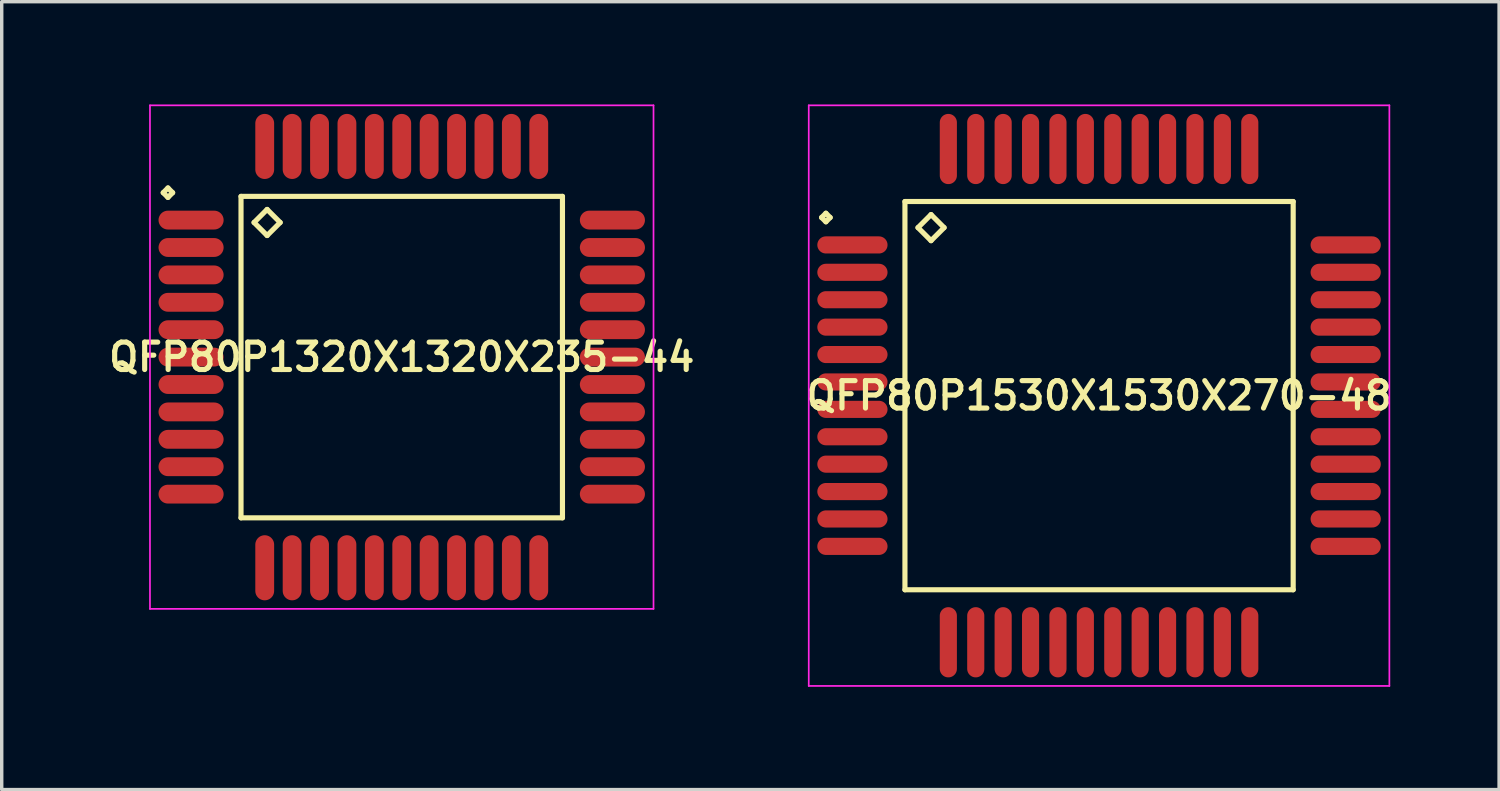
<source format=kicad_pcb>
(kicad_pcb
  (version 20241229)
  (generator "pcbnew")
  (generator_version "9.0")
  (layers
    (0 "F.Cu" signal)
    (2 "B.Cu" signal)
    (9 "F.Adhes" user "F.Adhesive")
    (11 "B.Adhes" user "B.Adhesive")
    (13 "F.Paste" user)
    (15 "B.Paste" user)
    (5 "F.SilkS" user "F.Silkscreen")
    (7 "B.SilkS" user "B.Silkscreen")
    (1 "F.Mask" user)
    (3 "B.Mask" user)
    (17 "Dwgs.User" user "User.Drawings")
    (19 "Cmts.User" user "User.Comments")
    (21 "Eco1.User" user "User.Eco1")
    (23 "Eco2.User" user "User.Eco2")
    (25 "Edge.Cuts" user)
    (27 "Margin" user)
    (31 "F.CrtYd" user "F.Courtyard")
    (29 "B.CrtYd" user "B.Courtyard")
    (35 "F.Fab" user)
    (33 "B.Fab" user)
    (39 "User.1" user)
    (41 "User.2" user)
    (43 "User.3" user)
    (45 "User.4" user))
  (footprint "QFP80P1530X1530X270-48"
    (layer "F.Cu")
    (at 29.035 8.5)
    (property "Reference" "QFP80P1530X1530X270-48" (at 0 0 0) (layer "F.SilkS") (effects (font (size 0.8 0.8) (thickness 0.15))))
    (attr smd)
    (fp_line (start -8.1 -5.2) (end -7.975 -5.325) (stroke (width 0.15) (type solid)) (layer "F.SilkS"))
    (fp_line (start -7.975 -5.325) (end -7.85 -5.2) (stroke (width 0.15) (type solid)) (layer "F.SilkS"))
    (fp_line (start -7.975 -5.075) (end -8.1 -5.2) (stroke (width 0.15) (type solid)) (layer "F.SilkS"))
    (fp_line (start -7.85 -5.2) (end -7.975 -5.075) (stroke (width 0.15) (type solid)) (layer "F.SilkS"))
    (fp_line (start -5.667 -5.667) (end -5.667 5.667) (stroke (width 0.15) (type solid)) (layer "F.SilkS"))
    (fp_line (start -5.667 5.667) (end 5.667 5.667) (stroke (width 0.15) (type solid)) (layer "F.SilkS"))
    (fp_line (start -5.286 -4.905) (end -4.905 -5.286) (stroke (width 0.15) (type solid)) (layer "F.SilkS"))
    (fp_line (start -4.905 -5.286) (end -4.524 -4.905) (stroke (width 0.15) (type solid)) (layer "F.SilkS"))
    (fp_line (start -4.905 -4.524) (end -5.286 -4.905) (stroke (width 0.15) (type solid)) (layer "F.SilkS"))
    (fp_line (start -4.524 -4.905) (end -4.905 -4.524) (stroke (width 0.15) (type solid)) (layer "F.SilkS"))
    (fp_line (start 5.667 -5.667) (end -5.667 -5.667) (stroke (width 0.15) (type solid)) (layer "F.SilkS"))
    (fp_line (start 5.667 5.667) (end 5.667 -5.667) (stroke (width 0.15) (type solid)) (layer "F.SilkS"))
    (fp_line (start -8.475 -8.475) (end 8.475 -8.475) (stroke (width 0.05) (type solid)) (layer "F.CrtYd"))
    (fp_line (start -8.475 8.475) (end -8.475 -8.475) (stroke (width 0.05) (type solid)) (layer "F.CrtYd"))
    (fp_line (start 8.475 -8.475) (end 8.475 8.475) (stroke (width 0.05) (type solid)) (layer "F.CrtYd"))
    (fp_line (start 8.475 8.475) (end -8.475 8.475) (stroke (width 0.05) (type solid)) (layer "F.CrtYd"))
    (pad "1" smd oval (at -7.2 -4.4) (size 2.05 0.5) (layers "F.Cu" "F.Mask" "F.Paste"))
    (pad "2" smd oval (at -7.2 -3.6) (size 2.05 0.5) (layers "F.Cu" "F.Mask" "F.Paste"))
    (pad "3" smd oval (at -7.2 -2.8) (size 2.05 0.5) (layers "F.Cu" "F.Mask" "F.Paste"))
    (pad "4" smd oval (at -7.2 -2) (size 2.05 0.5) (layers "F.Cu" "F.Mask" "F.Paste"))
    (pad "5" smd oval (at -7.2 -1.2) (size 2.05 0.5) (layers "F.Cu" "F.Mask" "F.Paste"))
    (pad "6" smd oval (at -7.2 -0.4) (size 2.05 0.5) (layers "F.Cu" "F.Mask" "F.Paste"))
    (pad "7" smd oval (at -7.2 0.4) (size 2.05 0.5) (layers "F.Cu" "F.Mask" "F.Paste"))
    (pad "8" smd oval (at -7.2 1.2) (size 2.05 0.5) (layers "F.Cu" "F.Mask" "F.Paste"))
    (pad "9" smd oval (at -7.2 2) (size 2.05 0.5) (layers "F.Cu" "F.Mask" "F.Paste"))
    (pad "10" smd oval (at -7.2 2.8) (size 2.05 0.5) (layers "F.Cu" "F.Mask" "F.Paste"))
    (pad "11" smd oval (at -7.2 3.6) (size 2.05 0.5) (layers "F.Cu" "F.Mask" "F.Paste"))
    (pad "12" smd oval (at -7.2 4.4) (size 2.05 0.5) (layers "F.Cu" "F.Mask" "F.Paste"))
    (pad "13" smd oval (at -4.4 7.2) (size 0.5 2.05) (layers "F.Cu" "F.Mask" "F.Paste"))
    (pad "14" smd oval (at -3.6 7.2) (size 0.5 2.05) (layers "F.Cu" "F.Mask" "F.Paste"))
    (pad "15" smd oval (at -2.8 7.2) (size 0.5 2.05) (layers "F.Cu" "F.Mask" "F.Paste"))
    (pad "16" smd oval (at -2 7.2) (size 0.5 2.05) (layers "F.Cu" "F.Mask" "F.Paste"))
    (pad "17" smd oval (at -1.2 7.2) (size 0.5 2.05) (layers "F.Cu" "F.Mask" "F.Paste"))
    (pad "18" smd oval (at -0.4 7.2) (size 0.5 2.05) (layers "F.Cu" "F.Mask" "F.Paste"))
    (pad "19" smd oval (at 0.4 7.2) (size 0.5 2.05) (layers "F.Cu" "F.Mask" "F.Paste"))
    (pad "20" smd oval (at 1.2 7.2) (size 0.5 2.05) (layers "F.Cu" "F.Mask" "F.Paste"))
    (pad "21" smd oval (at 2 7.2) (size 0.5 2.05) (layers "F.Cu" "F.Mask" "F.Paste"))
    (pad "22" smd oval (at 2.8 7.2) (size 0.5 2.05) (layers "F.Cu" "F.Mask" "F.Paste"))
    (pad "23" smd oval (at 3.6 7.2) (size 0.5 2.05) (layers "F.Cu" "F.Mask" "F.Paste"))
    (pad "24" smd oval (at 4.4 7.2) (size 0.5 2.05) (layers "F.Cu" "F.Mask" "F.Paste"))
    (pad "25" smd oval (at 7.2 4.4) (size 2.05 0.5) (layers "F.Cu" "F.Mask" "F.Paste"))
    (pad "26" smd oval (at 7.2 3.6) (size 2.05 0.5) (layers "F.Cu" "F.Mask" "F.Paste"))
    (pad "27" smd oval (at 7.2 2.8) (size 2.05 0.5) (layers "F.Cu" "F.Mask" "F.Paste"))
    (pad "28" smd oval (at 7.2 2) (size 2.05 0.5) (layers "F.Cu" "F.Mask" "F.Paste"))
    (pad "29" smd oval (at 7.2 1.2) (size 2.05 0.5) (layers "F.Cu" "F.Mask" "F.Paste"))
    (pad "30" smd oval (at 7.2 0.4) (size 2.05 0.5) (layers "F.Cu" "F.Mask" "F.Paste"))
    (pad "31" smd oval (at 7.2 -0.4) (size 2.05 0.5) (layers "F.Cu" "F.Mask" "F.Paste"))
    (pad "32" smd oval (at 7.2 -1.2) (size 2.05 0.5) (layers "F.Cu" "F.Mask" "F.Paste"))
    (pad "33" smd oval (at 7.2 -2) (size 2.05 0.5) (layers "F.Cu" "F.Mask" "F.Paste"))
    (pad "34" smd oval (at 7.2 -2.8) (size 2.05 0.5) (layers "F.Cu" "F.Mask" "F.Paste"))
    (pad "35" smd oval (at 7.2 -3.6) (size 2.05 0.5) (layers "F.Cu" "F.Mask" "F.Paste"))
    (pad "36" smd oval (at 7.2 -4.4) (size 2.05 0.5) (layers "F.Cu" "F.Mask" "F.Paste"))
    (pad "37" smd oval (at 4.4 -7.2) (size 0.5 2.05) (layers "F.Cu" "F.Mask" "F.Paste"))
    (pad "38" smd oval (at 3.6 -7.2) (size 0.5 2.05) (layers "F.Cu" "F.Mask" "F.Paste"))
    (pad "39" smd oval (at 2.8 -7.2) (size 0.5 2.05) (layers "F.Cu" "F.Mask" "F.Paste"))
    (pad "40" smd oval (at 2 -7.2) (size 0.5 2.05) (layers "F.Cu" "F.Mask" "F.Paste"))
    (pad "41" smd oval (at 1.2 -7.2) (size 0.5 2.05) (layers "F.Cu" "F.Mask" "F.Paste"))
    (pad "42" smd oval (at 0.4 -7.2) (size 0.5 2.05) (layers "F.Cu" "F.Mask" "F.Paste"))
    (pad "43" smd oval (at -0.4 -7.2) (size 0.5 2.05) (layers "F.Cu" "F.Mask" "F.Paste"))
    (pad "44" smd oval (at -1.2 -7.2) (size 0.5 2.05) (layers "F.Cu" "F.Mask" "F.Paste"))
    (pad "45" smd oval (at -2 -7.2) (size 0.5 2.05) (layers "F.Cu" "F.Mask" "F.Paste"))
    (pad "46" smd oval (at -2.8 -7.2) (size 0.5 2.05) (layers "F.Cu" "F.Mask" "F.Paste"))
    (pad "47" smd oval (at -3.6 -7.2) (size 0.5 2.05) (layers "F.Cu" "F.Mask" "F.Paste"))
    (pad "48" smd oval (at -4.4 -7.2) (size 0.5 2.05) (layers "F.Cu" "F.Mask" "F.Paste")))
  (footprint "QFP80P1320X1320X235-44"
    (layer "F.Cu")
    (at 8.678 7.375)
    (property "Reference" "QFP80P1320X1320X235-44" (at 0 0 0) (layer "F.SilkS") (effects (font (size 0.8 0.8) (thickness 0.15))))
    (attr smd)
    (fp_line (start -6.963 -4.8) (end -6.825 -4.938) (stroke (width 0.15) (type solid)) (layer "F.SilkS"))
    (fp_line (start -6.825 -4.938) (end -6.688 -4.8) (stroke (width 0.15) (type solid)) (layer "F.SilkS"))
    (fp_line (start -6.825 -4.662) (end -6.963 -4.8) (stroke (width 0.15) (type solid)) (layer "F.SilkS"))
    (fp_line (start -6.688 -4.8) (end -6.825 -4.662) (stroke (width 0.15) (type solid)) (layer "F.SilkS"))
    (fp_line (start -4.692 -4.692) (end -4.692 4.692) (stroke (width 0.15) (type solid)) (layer "F.SilkS"))
    (fp_line (start -4.692 4.692) (end 4.692 4.692) (stroke (width 0.15) (type solid)) (layer "F.SilkS"))
    (fp_line (start -4.311 -3.93) (end -3.93 -4.311) (stroke (width 0.15) (type solid)) (layer "F.SilkS"))
    (fp_line (start -3.93 -4.311) (end -3.549 -3.93) (stroke (width 0.15) (type solid)) (layer "F.SilkS"))
    (fp_line (start -3.93 -3.549) (end -4.311 -3.93) (stroke (width 0.15) (type solid)) (layer "F.SilkS"))
    (fp_line (start -3.549 -3.93) (end -3.93 -3.549) (stroke (width 0.15) (type solid)) (layer "F.SilkS"))
    (fp_line (start 4.692 -4.692) (end -4.692 -4.692) (stroke (width 0.15) (type solid)) (layer "F.SilkS"))
    (fp_line (start 4.692 4.692) (end 4.692 -4.692) (stroke (width 0.15) (type solid)) (layer "F.SilkS"))
    (fp_line (start -7.35 -7.35) (end 7.35 -7.35) (stroke (width 0.05) (type solid)) (layer "F.CrtYd"))
    (fp_line (start -7.35 7.35) (end -7.35 -7.35) (stroke (width 0.05) (type solid)) (layer "F.CrtYd"))
    (fp_line (start 7.35 -7.35) (end 7.35 7.35) (stroke (width 0.05) (type solid)) (layer "F.CrtYd"))
    (fp_line (start 7.35 7.35) (end -7.35 7.35) (stroke (width 0.05) (type solid)) (layer "F.CrtYd"))
    (pad "1" smd oval (at -6.15 -4) (size 1.9 0.55) (layers "F.Cu" "F.Mask" "F.Paste"))
    (pad "2" smd oval (at -6.15 -3.2) (size 1.9 0.55) (layers "F.Cu" "F.Mask" "F.Paste"))
    (pad "3" smd oval (at -6.15 -2.4) (size 1.9 0.55) (layers "F.Cu" "F.Mask" "F.Paste"))
    (pad "4" smd oval (at -6.15 -1.6) (size 1.9 0.55) (layers "F.Cu" "F.Mask" "F.Paste"))
    (pad "5" smd oval (at -6.15 -0.8) (size 1.9 0.55) (layers "F.Cu" "F.Mask" "F.Paste"))
    (pad "6" smd oval (at -6.15 0) (size 1.9 0.55) (layers "F.Cu" "F.Mask" "F.Paste"))
    (pad "7" smd oval (at -6.15 0.8) (size 1.9 0.55) (layers "F.Cu" "F.Mask" "F.Paste"))
    (pad "8" smd oval (at -6.15 1.6) (size 1.9 0.55) (layers "F.Cu" "F.Mask" "F.Paste"))
    (pad "9" smd oval (at -6.15 2.4) (size 1.9 0.55) (layers "F.Cu" "F.Mask" "F.Paste"))
    (pad "10" smd oval (at -6.15 3.2) (size 1.9 0.55) (layers "F.Cu" "F.Mask" "F.Paste"))
    (pad "11" smd oval (at -6.15 4) (size 1.9 0.55) (layers "F.Cu" "F.Mask" "F.Paste"))
    (pad "12" smd oval (at -4 6.15) (size 0.55 1.9) (layers "F.Cu" "F.Mask" "F.Paste"))
    (pad "13" smd oval (at -3.2 6.15) (size 0.55 1.9) (layers "F.Cu" "F.Mask" "F.Paste"))
    (pad "14" smd oval (at -2.4 6.15) (size 0.55 1.9) (layers "F.Cu" "F.Mask" "F.Paste"))
    (pad "15" smd oval (at -1.6 6.15) (size 0.55 1.9) (layers "F.Cu" "F.Mask" "F.Paste"))
    (pad "16" smd oval (at -0.8 6.15) (size 0.55 1.9) (layers "F.Cu" "F.Mask" "F.Paste"))
    (pad "17" smd oval (at 0 6.15) (size 0.55 1.9) (layers "F.Cu" "F.Mask" "F.Paste"))
    (pad "18" smd oval (at 0.8 6.15) (size 0.55 1.9) (layers "F.Cu" "F.Mask" "F.Paste"))
    (pad "19" smd oval (at 1.6 6.15) (size 0.55 1.9) (layers "F.Cu" "F.Mask" "F.Paste"))
    (pad "20" smd oval (at 2.4 6.15) (size 0.55 1.9) (layers "F.Cu" "F.Mask" "F.Paste"))
    (pad "21" smd oval (at 3.2 6.15) (size 0.55 1.9) (layers "F.Cu" "F.Mask" "F.Paste"))
    (pad "22" smd oval (at 4 6.15) (size 0.55 1.9) (layers "F.Cu" "F.Mask" "F.Paste"))
    (pad "23" smd oval (at 6.15 4) (size 1.9 0.55) (layers "F.Cu" "F.Mask" "F.Paste"))
    (pad "24" smd oval (at 6.15 3.2) (size 1.9 0.55) (layers "F.Cu" "F.Mask" "F.Paste"))
    (pad "25" smd oval (at 6.15 2.4) (size 1.9 0.55) (layers "F.Cu" "F.Mask" "F.Paste"))
    (pad "26" smd oval (at 6.15 1.6) (size 1.9 0.55) (layers "F.Cu" "F.Mask" "F.Paste"))
    (pad "27" smd oval (at 6.15 0.8) (size 1.9 0.55) (layers "F.Cu" "F.Mask" "F.Paste"))
    (pad "28" smd oval (at 6.15 0) (size 1.9 0.55) (layers "F.Cu" "F.Mask" "F.Paste"))
    (pad "29" smd oval (at 6.15 -0.8) (size 1.9 0.55) (layers "F.Cu" "F.Mask" "F.Paste"))
    (pad "30" smd oval (at 6.15 -1.6) (size 1.9 0.55) (layers "F.Cu" "F.Mask" "F.Paste"))
    (pad "31" smd oval (at 6.15 -2.4) (size 1.9 0.55) (layers "F.Cu" "F.Mask" "F.Paste"))
    (pad "32" smd oval (at 6.15 -3.2) (size 1.9 0.55) (layers "F.Cu" "F.Mask" "F.Paste"))
    (pad "33" smd oval (at 6.15 -4) (size 1.9 0.55) (layers "F.Cu" "F.Mask" "F.Paste"))
    (pad "34" smd oval (at 4 -6.15) (size 0.55 1.9) (layers "F.Cu" "F.Mask" "F.Paste"))
    (pad "35" smd oval (at 3.2 -6.15) (size 0.55 1.9) (layers "F.Cu" "F.Mask" "F.Paste"))
    (pad "36" smd oval (at 2.4 -6.15) (size 0.55 1.9) (layers "F.Cu" "F.Mask" "F.Paste"))
    (pad "37" smd oval (at 1.6 -6.15) (size 0.55 1.9) (layers "F.Cu" "F.Mask" "F.Paste"))
    (pad "38" smd oval (at 0.8 -6.15) (size 0.55 1.9) (layers "F.Cu" "F.Mask" "F.Paste"))
    (pad "39" smd oval (at 0 -6.15) (size 0.55 1.9) (layers "F.Cu" "F.Mask" "F.Paste"))
    (pad "40" smd oval (at -0.8 -6.15) (size 0.55 1.9) (layers "F.Cu" "F.Mask" "F.Paste"))
    (pad "41" smd oval (at -1.6 -6.15) (size 0.55 1.9) (layers "F.Cu" "F.Mask" "F.Paste"))
    (pad "42" smd oval (at -2.4 -6.15) (size 0.55 1.9) (layers "F.Cu" "F.Mask" "F.Paste"))
    (pad "43" smd oval (at -3.2 -6.15) (size 0.55 1.9) (layers "F.Cu" "F.Mask" "F.Paste"))
    (pad "44" smd oval (at -4 -6.15) (size 0.55 1.9) (layers "F.Cu" "F.Mask" "F.Paste")))
  (gr_rect
    (start -3 -3)
    (end 40.713 20)
    (stroke (width 0.1) (type default))
    (fill no)
    (layer "Edge.Cuts")))
</source>
